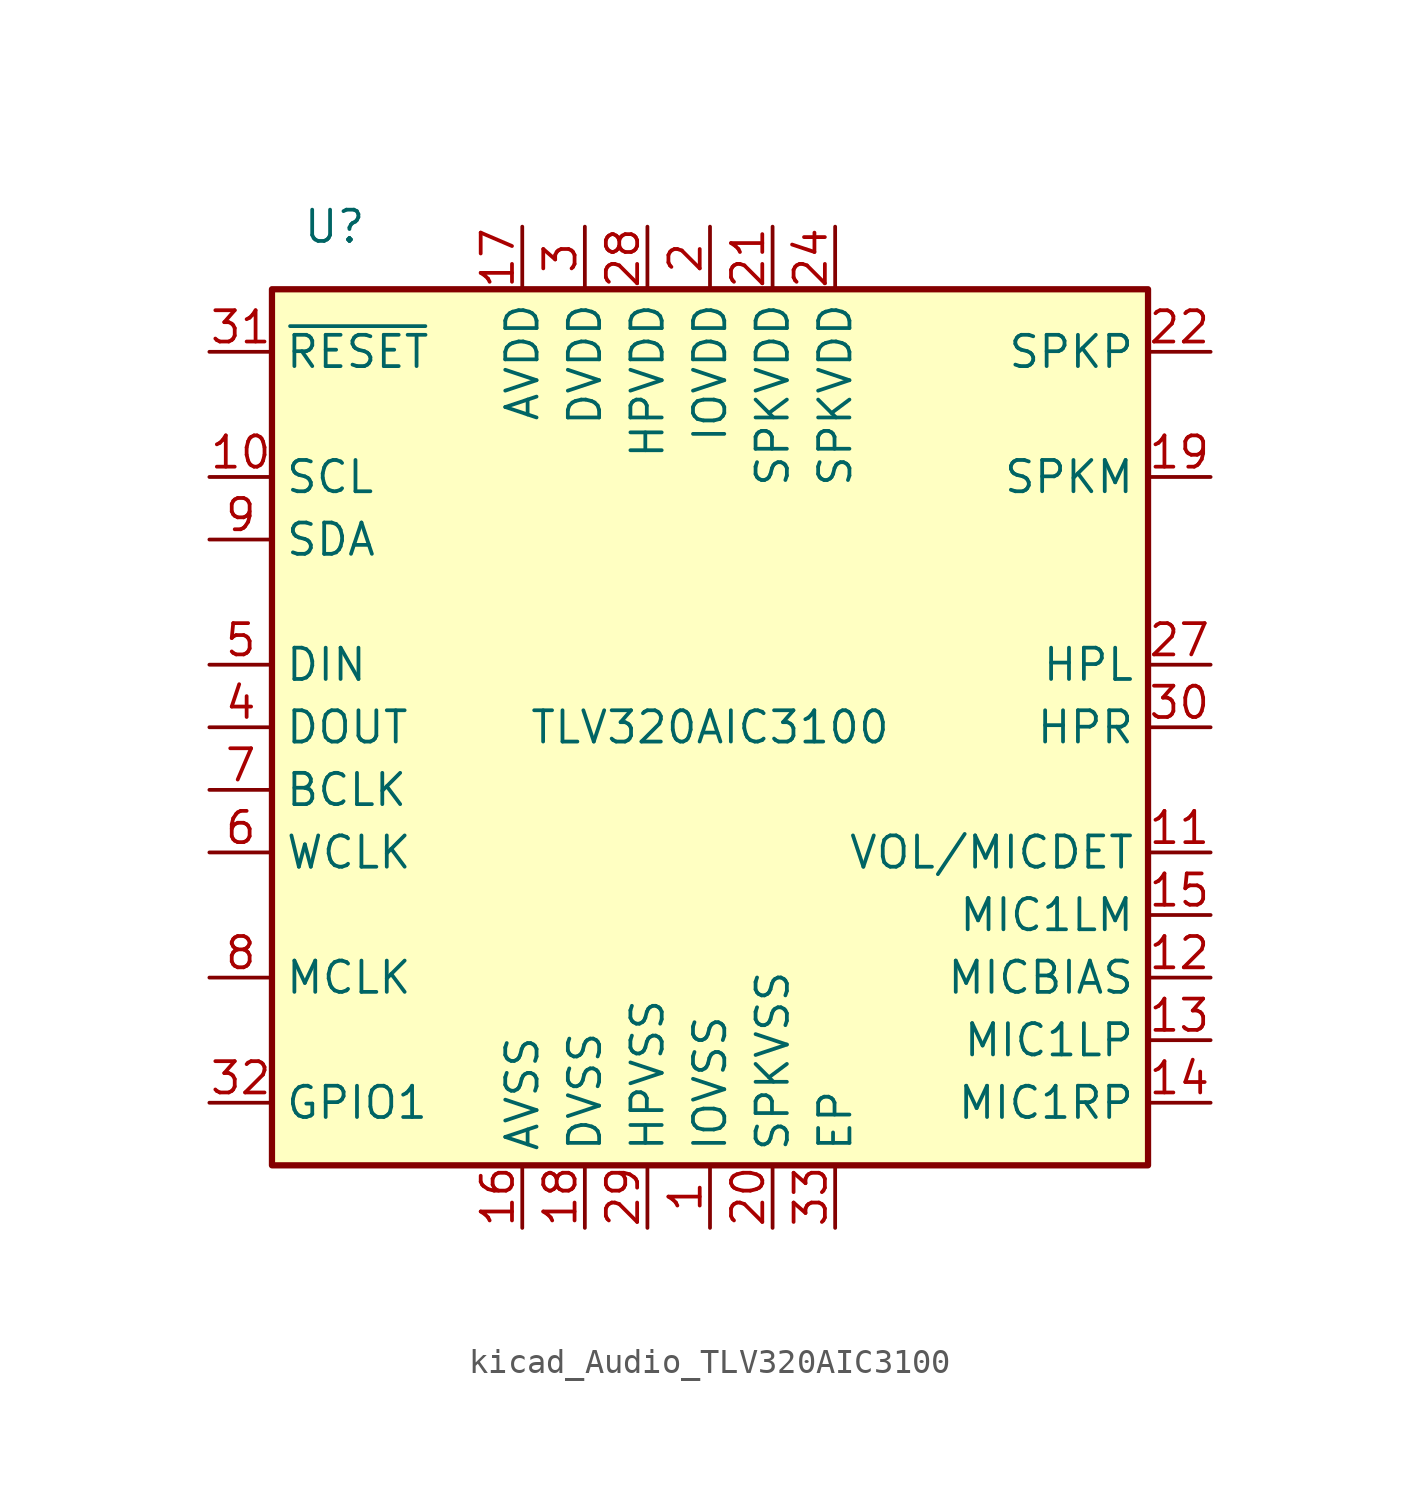
<source format=kicad_sym>
(kicad_symbol_lib
  (version 20220914)
  (generator kicad_symbol_editor)
  (symbol "kicad_Audio_TLV320AIC3100"
    (property "Reference" "U"
      (at -15.24 20.32 0)
      (effects (font (size 1.27 1.27))))
    (property "Value" "TLV320AIC3100"
      (at 0 0 0)
      (effects (font (size 1.27 1.27))))
    (symbol "kicad_Audio_TLV320AIC3100_0_1"
      (rectangle (start -17.78 17.78) (end 17.78 -17.78) (stroke (width 0.254) (type default)) (fill (type background))))
    (symbol "kicad_Audio_TLV320AIC3100_1_1"
      (pin power_in line (at 0 -20.32 90) (length 2.54) (name "IOVSS" (effects (font (size 1.27 1.27)))) (number "1" (effects (font (size 1.27 1.27)))))
      (pin input line (at -20.32 10.16 0) (length 2.54) (name "SCL" (effects (font (size 1.27 1.27)))) (number "10" (effects (font (size 1.27 1.27)))))
      (pin input line (at 20.32 -5.08 180) (length 2.54) (name "VOL/MICDET" (effects (font (size 1.27 1.27)))) (number "11" (effects (font (size 1.27 1.27)))))
      (pin power_out line (at 20.32 -10.16 180) (length 2.54) (name "MICBIAS" (effects (font (size 1.27 1.27)))) (number "12" (effects (font (size 1.27 1.27)))))
      (pin input line (at 20.32 -12.7 180) (length 2.54) (name "MIC1LP" (effects (font (size 1.27 1.27)))) (number "13" (effects (font (size 1.27 1.27)))))
      (pin input line (at 20.32 -15.24 180) (length 2.54) (name "MIC1RP" (effects (font (size 1.27 1.27)))) (number "14" (effects (font (size 1.27 1.27)))))
      (pin input line (at 20.32 -7.62 180) (length 2.54) (name "MIC1LM" (effects (font (size 1.27 1.27)))) (number "15" (effects (font (size 1.27 1.27)))))
      (pin power_in line (at -7.62 -20.32 90) (length 2.54) (name "AVSS" (effects (font (size 1.27 1.27)))) (number "16" (effects (font (size 1.27 1.27)))))
      (pin power_in line (at -7.62 20.32 270) (length 2.54) (name "AVDD" (effects (font (size 1.27 1.27)))) (number "17" (effects (font (size 1.27 1.27)))))
      (pin power_in line (at -5.08 -20.32 90) (length 2.54) (name "DVSS" (effects (font (size 1.27 1.27)))) (number "18" (effects (font (size 1.27 1.27)))))
      (pin output line (at 20.32 10.16 180) (length 2.54) (name "SPKM" (effects (font (size 1.27 1.27)))) (number "19" (effects (font (size 1.27 1.27)))))
      (pin power_in line (at 0 20.32 270) (length 2.54) (name "IOVDD" (effects (font (size 1.27 1.27)))) (number "2" (effects (font (size 1.27 1.27)))))
      (pin power_in line (at 2.54 -20.32 90) (length 2.54) (name "SPKVSS" (effects (font (size 1.27 1.27)))) (number "20" (effects (font (size 1.27 1.27)))))
      (pin power_in line (at 2.54 20.32 270) (length 2.54) (name "SPKVDD" (effects (font (size 1.27 1.27)))) (number "21" (effects (font (size 1.27 1.27)))))
      (pin output line (at 20.32 15.24 180) (length 2.54) (name "SPKP" (effects (font (size 1.27 1.27)))) (number "22" (effects (font (size 1.27 1.27)))))
      (pin passive line (at 20.32 10.16 180) (length 2.54) hide (name "SPKM" (effects (font (size 1.27 1.27)))) (number "23" (effects (font (size 1.27 1.27)))))
      (pin power_in line (at 5.08 20.32 270) (length 2.54) (name "SPKVDD" (effects (font (size 1.27 1.27)))) (number "24" (effects (font (size 1.27 1.27)))))
      (pin passive line (at 2.54 -20.32 90) (length 2.54) hide (name "SPKVSS" (effects (font (size 1.27 1.27)))) (number "25" (effects (font (size 1.27 1.27)))))
      (pin passive line (at 20.32 15.24 180) (length 2.54) hide (name "SPKP" (effects (font (size 1.27 1.27)))) (number "26" (effects (font (size 1.27 1.27)))))
      (pin output line (at 20.32 2.54 180) (length 2.54) (name "HPL" (effects (font (size 1.27 1.27)))) (number "27" (effects (font (size 1.27 1.27)))))
      (pin power_in line (at -2.54 20.32 270) (length 2.54) (name "HPVDD" (effects (font (size 1.27 1.27)))) (number "28" (effects (font (size 1.27 1.27)))))
      (pin power_in line (at -2.54 -20.32 90) (length 2.54) (name "HPVSS" (effects (font (size 1.27 1.27)))) (number "29" (effects (font (size 1.27 1.27)))))
      (pin power_in line (at -5.08 20.32 270) (length 2.54) (name "DVDD" (effects (font (size 1.27 1.27)))) (number "3" (effects (font (size 1.27 1.27)))))
      (pin output line (at 20.32 0 180) (length 2.54) (name "HPR" (effects (font (size 1.27 1.27)))) (number "30" (effects (font (size 1.27 1.27)))))
      (pin input line (at -20.32 15.24 0) (length 2.54) (name "~{RESET}" (effects (font (size 1.27 1.27)))) (number "31" (effects (font (size 1.27 1.27)))))
      (pin bidirectional line (at -20.32 -15.24 0) (length 2.54) (name "GPIO1" (effects (font (size 1.27 1.27)))) (number "32" (effects (font (size 1.27 1.27)))))
      (pin power_in line (at 5.08 -20.32 90) (length 2.54) (name "EP" (effects (font (size 1.27 1.27)))) (number "33" (effects (font (size 1.27 1.27)))))
      (pin output line (at -20.32 0 0) (length 2.54) (name "DOUT" (effects (font (size 1.27 1.27)))) (number "4" (effects (font (size 1.27 1.27)))))
      (pin input line (at -20.32 2.54 0) (length 2.54) (name "DIN" (effects (font (size 1.27 1.27)))) (number "5" (effects (font (size 1.27 1.27)))))
      (pin bidirectional line (at -20.32 -5.08 0) (length 2.54) (name "WCLK" (effects (font (size 1.27 1.27)))) (number "6" (effects (font (size 1.27 1.27)))))
      (pin bidirectional line (at -20.32 -2.54 0) (length 2.54) (name "BCLK" (effects (font (size 1.27 1.27)))) (number "7" (effects (font (size 1.27 1.27)))))
      (pin input line (at -20.32 -10.16 0) (length 2.54) (name "MCLK" (effects (font (size 1.27 1.27)))) (number "8" (effects (font (size 1.27 1.27)))))
      (pin bidirectional line (at -20.32 7.62 0) (length 2.54) (name "SDA" (effects (font (size 1.27 1.27)))) (number "9" (effects (font (size 1.27 1.27))))))))
</source>
